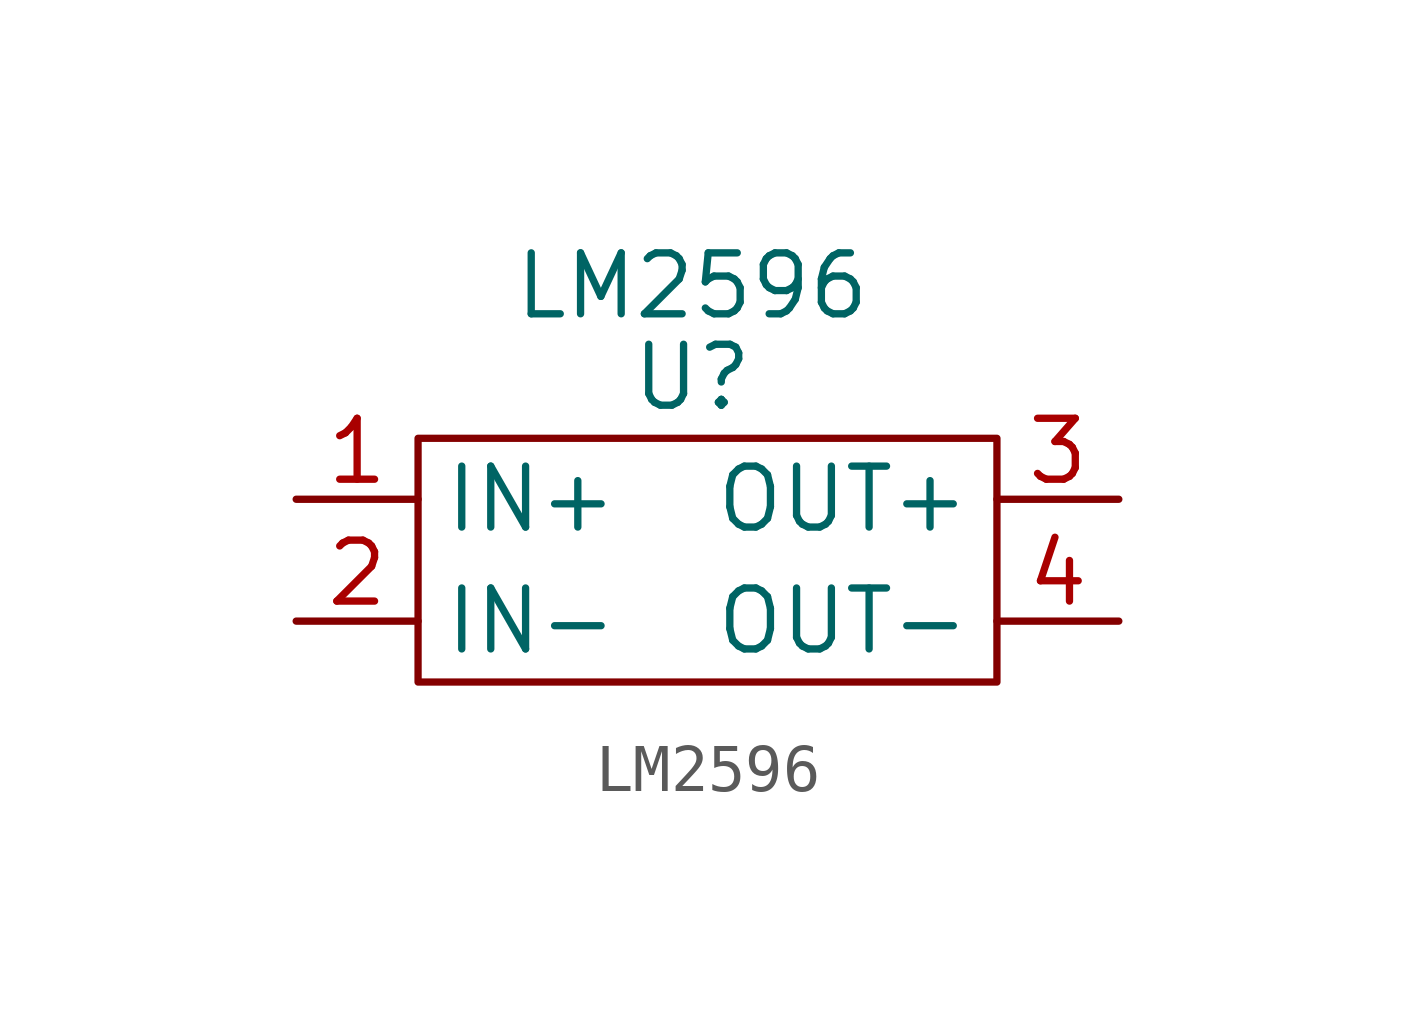
<source format=kicad_sym>
(kicad_symbol_lib
  (version 20211014)
  (generator kicad_symbol_editor)
  (symbol "LM2596"
    (property "Reference" "U"
      (at 0 1.27 0)
      (effects (font (size 1.27 1.27))))
    (property "Value" "LM2596"
      (at 0 3.175 0)
      (effects (font (size 1.27 1.27))))
    (symbol "LM2596_0_1"
      (rectangle (start -5.715 0) (end 6.35 -5.08) (stroke (width 0.152) (type default) (color 0 0 0 0)) (fill (type none))))
    (symbol "LM2596_1_1"
      (pin power_in line (at -8.255 -1.27 0) (length 2.54) (name "IN+" (effects (font (size 1.27 1.27)))) (number "1" (effects (font (size 1.27 1.27)))))
      (pin power_in line (at -8.255 -3.81 0) (length 2.54) (name "IN-" (effects (font (size 1.27 1.27)))) (number "2" (effects (font (size 1.27 1.27)))))
      (pin power_out line (at 8.89 -1.27 180) (length 2.54) (name "OUT+" (effects (font (size 1.27 1.27)))) (number "3" (effects (font (size 1.27 1.27)))))
      (pin power_out line (at 8.89 -3.81 180) (length 2.54) (name "OUT-" (effects (font (size 1.27 1.27)))) (number "4" (effects (font (size 1.27 1.27))))))))
</source>
